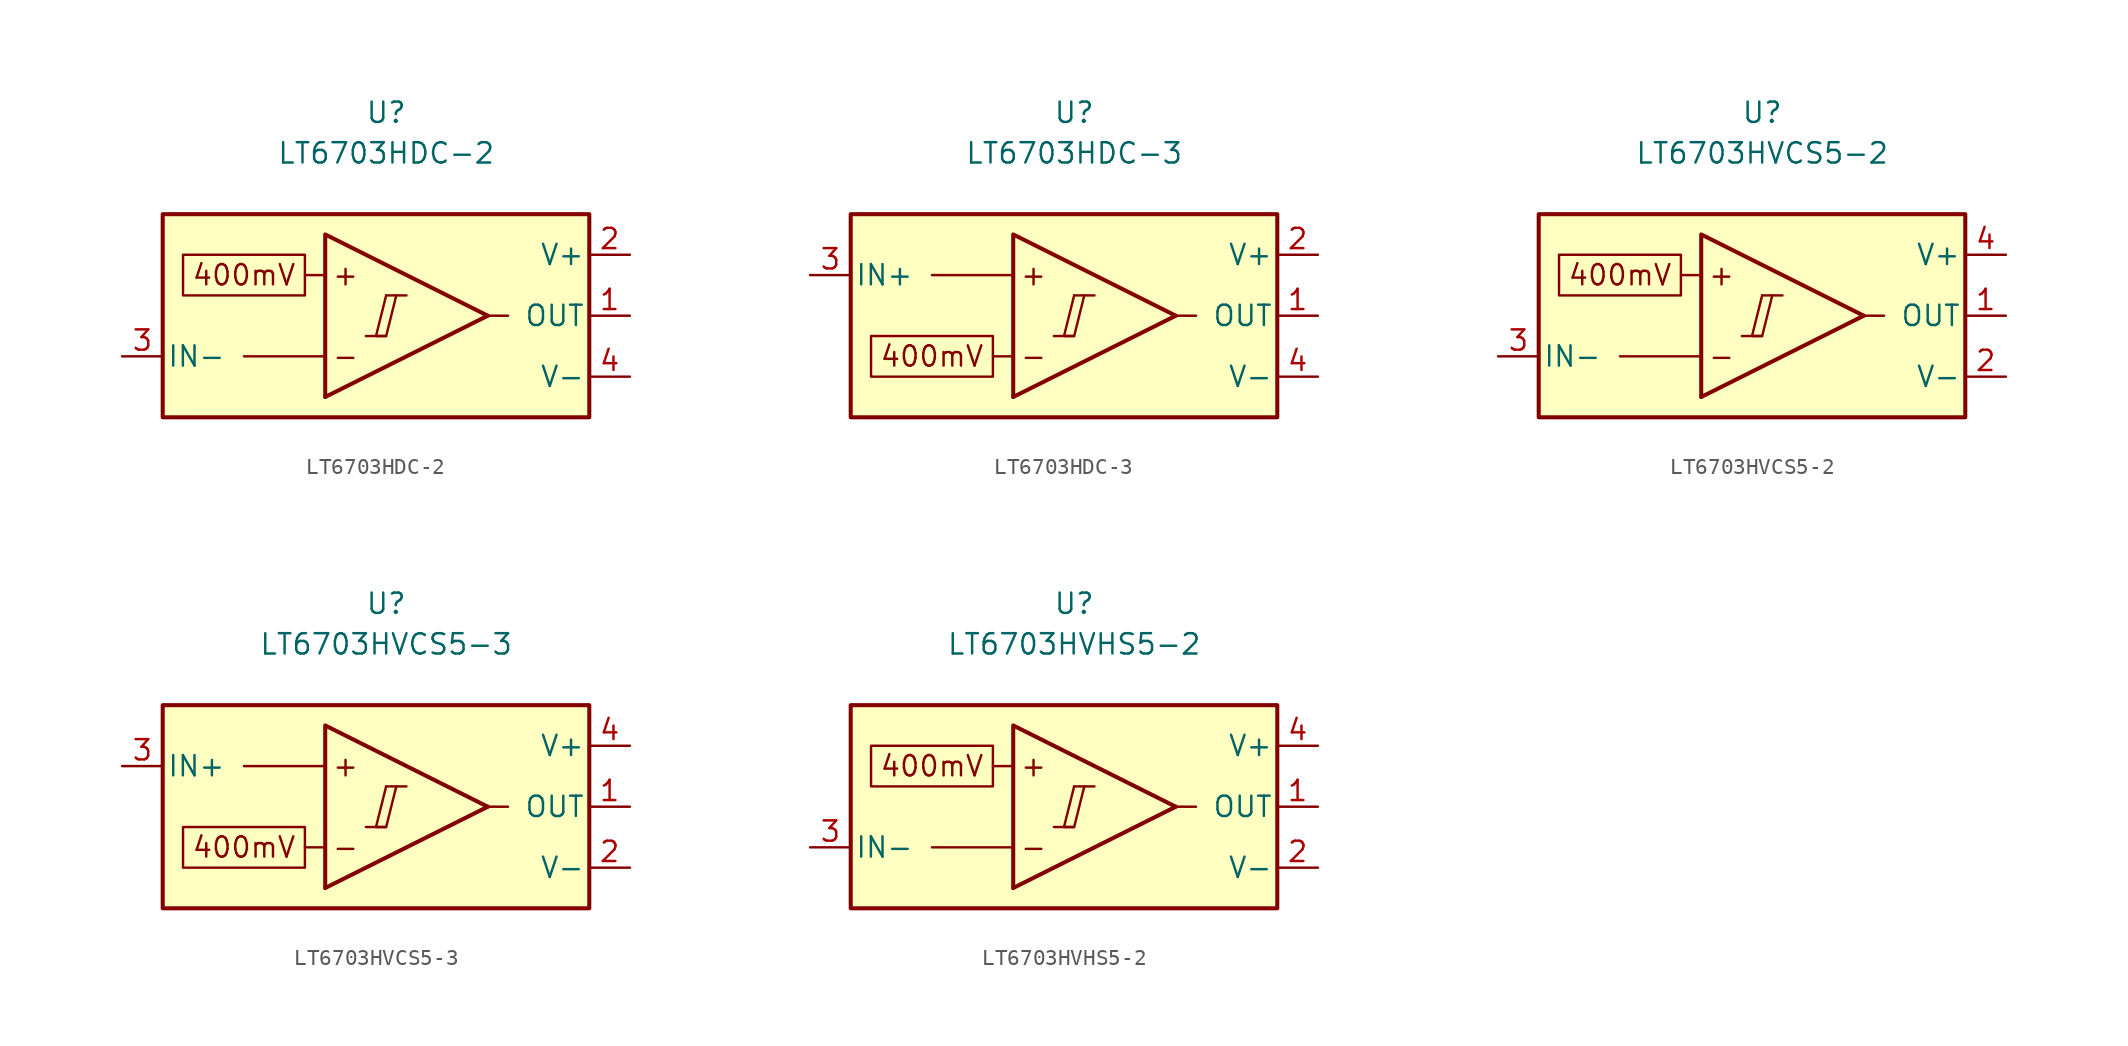
<source format=kicad_sym>
(kicad_symbol_lib
  (version 20231120)
  (generator "kicad_symbol_editor")
  (generator_version "8.0")
  (symbol "LT6703HDC-2"
    (pin_names
      (offset 0.254))
    (property "Reference" "U"
      (at 0 12.7 0)
      (effects (font (size 1.27 1.27))))
    (property "Value" "LT6703HDC-2"
      (at 0 10.16 0)
      (effects (font (size 1.27 1.27))))
    (symbol "LT6703HDC-2_0_0"
      (polyline (pts (xy -1.27 -1.27) (xy 0 -1.27)) (stroke (width 0.152) (type default)) (fill (type none)))
      (polyline (pts (xy 0 1.27) (xy 1.27 1.27)) (stroke (width 0.152) (type default)) (fill (type none)))
      (polyline (pts (xy 6.35 0) (xy -3.81 -5.08)) (stroke (width 0.254) (type default)) (fill (type none)))
      (polyline (pts (xy 6.35 0) (xy -3.81 5.08) (xy -3.81 -5.08)) (stroke (width 0.254) (type default)) (fill (type background)))
      (polyline (pts (xy 0 1.27) (xy -0.635 -1.27) (xy 0 -1.27) (xy 0.635 1.27)) (stroke (width 0.152) (type default)) (fill (type none)))
      (text "+" (at -2.54 2.54 0) (effects (font (size 1.27 1.27))))
      (text "-" (at -2.54 -2.54 0) (effects (font (size 1.27 1.27)))))
    (symbol "LT6703HDC-2_0_1"
      (polyline (pts (xy -3.81 -2.54) (xy -8.89 -2.54)) (stroke (width 0) (type default)) (fill (type none)))
      (polyline (pts (xy -3.81 2.54) (xy -5.08 2.54)) (stroke (width 0) (type default)) (fill (type none)))
      (polyline (pts (xy 6.35 0) (xy 7.62 0)) (stroke (width 0) (type default)) (fill (type none))))
    (symbol "LT6703HDC-2_1_0"
      (rectangle (start -13.97 6.35) (end 12.7 -6.35) (stroke (width 0.254) (type default)) (fill (type background)))
      (rectangle (start -12.7 3.81) (end -5.08 1.27) (stroke (width 0.152) (type default)) (fill (type none)))
      (text "400mV" (at -8.89 2.54 0) (effects (font (size 1.27 1.27)))))
    (symbol "LT6703HDC-2_1_1"
      (pin output line (at 15.24 0 180) (length 2.54) (name "OUT" (effects (font (size 1.27 1.27)))) (number "1" (effects (font (size 1.27 1.27)))))
      (pin power_in line (at 15.24 3.81 180) (length 2.54) (name "V+" (effects (font (size 1.27 1.27)))) (number "2" (effects (font (size 1.27 1.27)))))
      (pin input line (at -16.51 -2.54 0) (length 2.54) (name "IN-" (effects (font (size 1.27 1.27)))) (number "3" (effects (font (size 1.27 1.27)))))
      (pin power_in line (at 15.24 -3.81 180) (length 2.54) (name "V-" (effects (font (size 1.27 1.27)))) (number "4" (effects (font (size 1.27 1.27)))))))
  (symbol "LT6703HDC-3"
    (pin_names
      (offset 0.254))
    (property "Reference" "U"
      (at 0 12.7 0)
      (effects (font (size 1.27 1.27))))
    (property "Value" "LT6703HDC-3"
      (at 0 10.16 0)
      (effects (font (size 1.27 1.27))))
    (symbol "LT6703HDC-3_0_0"
      (polyline (pts (xy -1.27 -1.27) (xy 0 -1.27)) (stroke (width 0.152) (type default)) (fill (type none)))
      (polyline (pts (xy 0 1.27) (xy 1.27 1.27)) (stroke (width 0.152) (type default)) (fill (type none)))
      (polyline (pts (xy 6.35 0) (xy -3.81 -5.08)) (stroke (width 0.254) (type default)) (fill (type none)))
      (polyline (pts (xy 6.35 0) (xy -3.81 5.08) (xy -3.81 -5.08)) (stroke (width 0.254) (type default)) (fill (type background)))
      (polyline (pts (xy 0 1.27) (xy -0.635 -1.27) (xy 0 -1.27) (xy 0.635 1.27)) (stroke (width 0.152) (type default)) (fill (type none)))
      (text "+" (at -2.54 2.54 0) (effects (font (size 1.27 1.27))))
      (text "-" (at -2.54 -2.54 0) (effects (font (size 1.27 1.27)))))
    (symbol "LT6703HDC-3_0_1"
      (polyline (pts (xy -3.81 -2.54) (xy -5.08 -2.54)) (stroke (width 0) (type default)) (fill (type none)))
      (polyline (pts (xy -3.81 2.54) (xy -8.89 2.54)) (stroke (width 0) (type default)) (fill (type none)))
      (polyline (pts (xy 6.35 0) (xy 7.62 0)) (stroke (width 0) (type default)) (fill (type none))))
    (symbol "LT6703HDC-3_1_0"
      (rectangle (start -13.97 6.35) (end 12.7 -6.35) (stroke (width 0.254) (type default)) (fill (type background)))
      (rectangle (start -12.7 -1.27) (end -5.08 -3.81) (stroke (width 0.152) (type default)) (fill (type none)))
      (text "400mV" (at -8.89 -2.54 0) (effects (font (size 1.27 1.27)))))
    (symbol "LT6703HDC-3_1_1"
      (pin output line (at 15.24 0 180) (length 2.54) (name "OUT" (effects (font (size 1.27 1.27)))) (number "1" (effects (font (size 1.27 1.27)))))
      (pin power_in line (at 15.24 3.81 180) (length 2.54) (name "V+" (effects (font (size 1.27 1.27)))) (number "2" (effects (font (size 1.27 1.27)))))
      (pin input line (at -16.51 2.54 0) (length 2.54) (name "IN+" (effects (font (size 1.27 1.27)))) (number "3" (effects (font (size 1.27 1.27)))))
      (pin power_in line (at 15.24 -3.81 180) (length 2.54) (name "V-" (effects (font (size 1.27 1.27)))) (number "4" (effects (font (size 1.27 1.27)))))))
  (symbol "LT6703HVCS5-2"
    (pin_names
      (offset 0.254))
    (property "Reference" "U"
      (at 0 12.7 0)
      (effects (font (size 1.27 1.27))))
    (property "Value" "LT6703HVCS5-2"
      (at 0 10.16 0)
      (effects (font (size 1.27 1.27))))
    (symbol "LT6703HVCS5-2_0_0"
      (polyline (pts (xy -1.27 -1.27) (xy 0 -1.27)) (stroke (width 0.152) (type default)) (fill (type none)))
      (polyline (pts (xy 0 1.27) (xy 1.27 1.27)) (stroke (width 0.152) (type default)) (fill (type none)))
      (polyline (pts (xy 6.35 0) (xy -3.81 -5.08)) (stroke (width 0.254) (type default)) (fill (type none)))
      (polyline (pts (xy 6.35 0) (xy -3.81 5.08) (xy -3.81 -5.08)) (stroke (width 0.254) (type default)) (fill (type background)))
      (polyline (pts (xy 0 1.27) (xy -0.635 -1.27) (xy 0 -1.27) (xy 0.635 1.27)) (stroke (width 0.152) (type default)) (fill (type none)))
      (text "+" (at -2.54 2.54 0) (effects (font (size 1.27 1.27))))
      (text "-" (at -2.54 -2.54 0) (effects (font (size 1.27 1.27)))))
    (symbol "LT6703HVCS5-2_0_1"
      (polyline (pts (xy -3.81 -2.54) (xy -8.89 -2.54)) (stroke (width 0) (type default)) (fill (type none)))
      (polyline (pts (xy -3.81 2.54) (xy -5.08 2.54)) (stroke (width 0) (type default)) (fill (type none)))
      (polyline (pts (xy 6.35 0) (xy 7.62 0)) (stroke (width 0) (type default)) (fill (type none))))
    (symbol "LT6703HVCS5-2_1_0"
      (rectangle (start -13.97 6.35) (end 12.7 -6.35) (stroke (width 0.254) (type default)) (fill (type background)))
      (rectangle (start -12.7 3.81) (end -5.08 1.27) (stroke (width 0.152) (type default)) (fill (type none)))
      (text "400mV" (at -8.89 2.54 0) (effects (font (size 1.27 1.27)))))
    (symbol "LT6703HVCS5-2_1_1"
      (pin output line (at 15.24 0 180) (length 2.54) (name "OUT" (effects (font (size 1.27 1.27)))) (number "1" (effects (font (size 1.27 1.27)))))
      (pin power_in line (at 15.24 -3.81 180) (length 2.54) (name "V-" (effects (font (size 1.27 1.27)))) (number "2" (effects (font (size 1.27 1.27)))))
      (pin input line (at -16.51 -2.54 0) (length 2.54) (name "IN-" (effects (font (size 1.27 1.27)))) (number "3" (effects (font (size 1.27 1.27)))))
      (pin power_in line (at 15.24 3.81 180) (length 2.54) (name "V+" (effects (font (size 1.27 1.27)))) (number "4" (effects (font (size 1.27 1.27)))))
      (pin no_connect line (at -1.27 0 0) (length 2.54) hide (name "NC" (effects (font (size 1.27 1.27)))) (number "5" (effects (font (size 1.27 1.27)))))))
  (symbol "LT6703HVCS5-3"
    (pin_names
      (offset 0.254))
    (property "Reference" "U"
      (at 0 12.7 0)
      (effects (font (size 1.27 1.27))))
    (property "Value" "LT6703HVCS5-3"
      (at 0 10.16 0)
      (effects (font (size 1.27 1.27))))
    (symbol "LT6703HVCS5-3_0_0"
      (polyline (pts (xy -1.27 -1.27) (xy 0 -1.27)) (stroke (width 0.152) (type default)) (fill (type none)))
      (polyline (pts (xy 0 1.27) (xy 1.27 1.27)) (stroke (width 0.152) (type default)) (fill (type none)))
      (polyline (pts (xy 6.35 0) (xy -3.81 -5.08)) (stroke (width 0.254) (type default)) (fill (type none)))
      (polyline (pts (xy 6.35 0) (xy -3.81 5.08) (xy -3.81 -5.08)) (stroke (width 0.254) (type default)) (fill (type background)))
      (polyline (pts (xy 0 1.27) (xy -0.635 -1.27) (xy 0 -1.27) (xy 0.635 1.27)) (stroke (width 0.152) (type default)) (fill (type none)))
      (text "+" (at -2.54 2.54 0) (effects (font (size 1.27 1.27))))
      (text "-" (at -2.54 -2.54 0) (effects (font (size 1.27 1.27)))))
    (symbol "LT6703HVCS5-3_0_1"
      (polyline (pts (xy -3.81 -2.54) (xy -5.08 -2.54)) (stroke (width 0) (type default)) (fill (type none)))
      (polyline (pts (xy -3.81 2.54) (xy -8.89 2.54)) (stroke (width 0) (type default)) (fill (type none)))
      (polyline (pts (xy 6.35 0) (xy 7.62 0)) (stroke (width 0) (type default)) (fill (type none))))
    (symbol "LT6703HVCS5-3_1_0"
      (rectangle (start -13.97 6.35) (end 12.7 -6.35) (stroke (width 0.254) (type default)) (fill (type background)))
      (rectangle (start -12.7 -1.27) (end -5.08 -3.81) (stroke (width 0.152) (type default)) (fill (type none)))
      (text "400mV" (at -8.89 -2.54 0) (effects (font (size 1.27 1.27)))))
    (symbol "LT6703HVCS5-3_1_1"
      (pin output line (at 15.24 0 180) (length 2.54) (name "OUT" (effects (font (size 1.27 1.27)))) (number "1" (effects (font (size 1.27 1.27)))))
      (pin power_in line (at 15.24 -3.81 180) (length 2.54) (name "V-" (effects (font (size 1.27 1.27)))) (number "2" (effects (font (size 1.27 1.27)))))
      (pin input line (at -16.51 2.54 0) (length 2.54) (name "IN+" (effects (font (size 1.27 1.27)))) (number "3" (effects (font (size 1.27 1.27)))))
      (pin power_in line (at 15.24 3.81 180) (length 2.54) (name "V+" (effects (font (size 1.27 1.27)))) (number "4" (effects (font (size 1.27 1.27)))))
      (pin no_connect line (at -1.27 0 0) (length 2.54) hide (name "NC" (effects (font (size 1.27 1.27)))) (number "5" (effects (font (size 1.27 1.27)))))))
  (symbol "LT6703HVHS5-2"
    (pin_names
      (offset 0.254))
    (property "Reference" "U"
      (at 0 12.7 0)
      (effects (font (size 1.27 1.27))))
    (property "Value" "LT6703HVHS5-2"
      (at 0 10.16 0)
      (effects (font (size 1.27 1.27))))
    (symbol "LT6703HVHS5-2_0_0"
      (polyline (pts (xy -1.27 -1.27) (xy 0 -1.27)) (stroke (width 0.152) (type default)) (fill (type none)))
      (polyline (pts (xy 0 1.27) (xy 1.27 1.27)) (stroke (width 0.152) (type default)) (fill (type none)))
      (polyline (pts (xy 6.35 0) (xy -3.81 -5.08)) (stroke (width 0.254) (type default)) (fill (type none)))
      (polyline (pts (xy 6.35 0) (xy -3.81 5.08) (xy -3.81 -5.08)) (stroke (width 0.254) (type default)) (fill (type background)))
      (polyline (pts (xy 0 1.27) (xy -0.635 -1.27) (xy 0 -1.27) (xy 0.635 1.27)) (stroke (width 0.152) (type default)) (fill (type none)))
      (text "+" (at -2.54 2.54 0) (effects (font (size 1.27 1.27))))
      (text "-" (at -2.54 -2.54 0) (effects (font (size 1.27 1.27)))))
    (symbol "LT6703HVHS5-2_0_1"
      (polyline (pts (xy -3.81 -2.54) (xy -8.89 -2.54)) (stroke (width 0) (type default)) (fill (type none)))
      (polyline (pts (xy -3.81 2.54) (xy -5.08 2.54)) (stroke (width 0) (type default)) (fill (type none)))
      (polyline (pts (xy 6.35 0) (xy 7.62 0)) (stroke (width 0) (type default)) (fill (type none))))
    (symbol "LT6703HVHS5-2_1_0"
      (rectangle (start -13.97 6.35) (end 12.7 -6.35) (stroke (width 0.254) (type default)) (fill (type background)))
      (rectangle (start -12.7 3.81) (end -5.08 1.27) (stroke (width 0.152) (type default)) (fill (type none)))
      (text "400mV" (at -8.89 2.54 0) (effects (font (size 1.27 1.27)))))
    (symbol "LT6703HVHS5-2_1_1"
      (pin output line (at 15.24 0 180) (length 2.54) (name "OUT" (effects (font (size 1.27 1.27)))) (number "1" (effects (font (size 1.27 1.27)))))
      (pin power_in line (at 15.24 -3.81 180) (length 2.54) (name "V-" (effects (font (size 1.27 1.27)))) (number "2" (effects (font (size 1.27 1.27)))))
      (pin input line (at -16.51 -2.54 0) (length 2.54) (name "IN-" (effects (font (size 1.27 1.27)))) (number "3" (effects (font (size 1.27 1.27)))))
      (pin power_in line (at 15.24 3.81 180) (length 2.54) (name "V+" (effects (font (size 1.27 1.27)))) (number "4" (effects (font (size 1.27 1.27)))))
      (pin no_connect line (at -1.27 0 0) (length 2.54) hide (name "NC" (effects (font (size 1.27 1.27)))) (number "5" (effects (font (size 1.27 1.27))))))))
</source>
